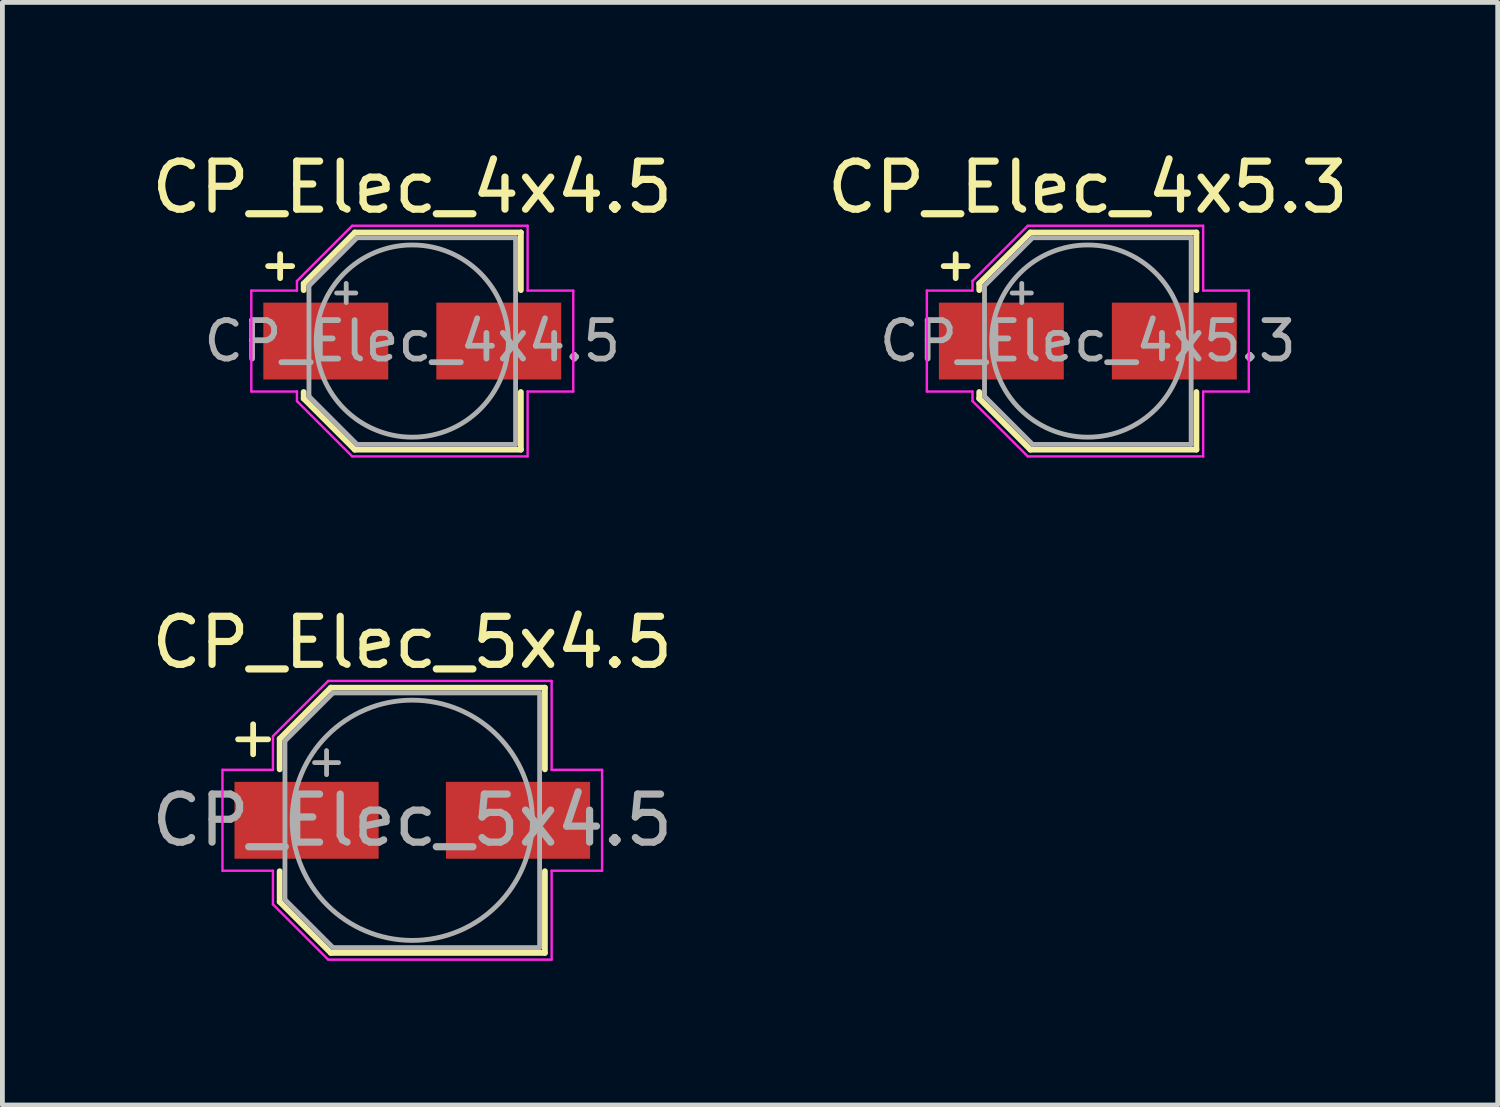
<source format=kicad_pcb>
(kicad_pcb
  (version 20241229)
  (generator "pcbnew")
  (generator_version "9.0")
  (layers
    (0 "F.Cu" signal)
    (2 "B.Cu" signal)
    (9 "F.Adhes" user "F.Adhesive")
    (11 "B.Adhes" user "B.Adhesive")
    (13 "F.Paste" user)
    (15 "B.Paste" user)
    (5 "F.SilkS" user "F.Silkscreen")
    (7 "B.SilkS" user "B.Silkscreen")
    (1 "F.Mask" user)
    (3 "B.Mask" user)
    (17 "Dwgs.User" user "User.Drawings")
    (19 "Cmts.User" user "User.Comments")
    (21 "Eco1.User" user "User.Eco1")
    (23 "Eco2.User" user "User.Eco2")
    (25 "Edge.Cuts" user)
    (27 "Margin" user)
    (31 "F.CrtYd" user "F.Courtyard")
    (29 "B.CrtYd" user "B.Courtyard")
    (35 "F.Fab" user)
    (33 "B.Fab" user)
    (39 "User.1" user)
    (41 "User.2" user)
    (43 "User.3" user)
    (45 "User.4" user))
  (footprint "CP_Elec_4x5.3"
    (layer "F.Cu")
    (at 19.589 4.048)
    (property "Reference" "CP_Elec_4x5.3" (at 0 -3.2 0) (layer "F.SilkS") (effects (font (size 1 1) (thickness 0.15))))
    (attr smd)
    (fp_line (start -3 -1.56) (end -2.5 -1.56) (stroke (width 0.12) (type solid)) (layer "F.SilkS"))
    (fp_line (start -2.75 -1.81) (end -2.75 -1.31) (stroke (width 0.12) (type solid)) (layer "F.SilkS"))
    (fp_line (start -2.26 -1.196) (end -2.26 -1.06) (stroke (width 0.12) (type solid)) (layer "F.SilkS"))
    (fp_line (start -2.26 -1.196) (end -1.196 -2.26) (stroke (width 0.12) (type solid)) (layer "F.SilkS"))
    (fp_line (start -2.26 1.196) (end -2.26 1.06) (stroke (width 0.12) (type solid)) (layer "F.SilkS"))
    (fp_line (start -2.26 1.196) (end -1.196 2.26) (stroke (width 0.12) (type solid)) (layer "F.SilkS"))
    (fp_line (start -1.196 -2.26) (end 2.26 -2.26) (stroke (width 0.12) (type solid)) (layer "F.SilkS"))
    (fp_line (start -1.196 2.26) (end 2.26 2.26) (stroke (width 0.12) (type solid)) (layer "F.SilkS"))
    (fp_line (start 2.26 -2.26) (end 2.26 -1.06) (stroke (width 0.12) (type solid)) (layer "F.SilkS"))
    (fp_line (start 2.26 2.26) (end 2.26 1.06) (stroke (width 0.12) (type solid)) (layer "F.SilkS"))
    (fp_line (start -3.35 -1.05) (end -3.35 1.05) (stroke (width 0.05) (type solid)) (layer "F.CrtYd"))
    (fp_line (start -3.35 1.05) (end -2.4 1.05) (stroke (width 0.05) (type solid)) (layer "F.CrtYd"))
    (fp_line (start -2.4 -1.25) (end -2.4 -1.05) (stroke (width 0.05) (type solid)) (layer "F.CrtYd"))
    (fp_line (start -2.4 -1.25) (end -1.25 -2.4) (stroke (width 0.05) (type solid)) (layer "F.CrtYd"))
    (fp_line (start -2.4 -1.05) (end -3.35 -1.05) (stroke (width 0.05) (type solid)) (layer "F.CrtYd"))
    (fp_line (start -2.4 1.05) (end -2.4 1.25) (stroke (width 0.05) (type solid)) (layer "F.CrtYd"))
    (fp_line (start -2.4 1.25) (end -1.25 2.4) (stroke (width 0.05) (type solid)) (layer "F.CrtYd"))
    (fp_line (start -1.25 -2.4) (end 2.4 -2.4) (stroke (width 0.05) (type solid)) (layer "F.CrtYd"))
    (fp_line (start -1.25 2.4) (end 2.4 2.4) (stroke (width 0.05) (type solid)) (layer "F.CrtYd"))
    (fp_line (start 2.4 -2.4) (end 2.4 -1.05) (stroke (width 0.05) (type solid)) (layer "F.CrtYd"))
    (fp_line (start 2.4 -1.05) (end 3.35 -1.05) (stroke (width 0.05) (type solid)) (layer "F.CrtYd"))
    (fp_line (start 2.4 1.05) (end 2.4 2.4) (stroke (width 0.05) (type solid)) (layer "F.CrtYd"))
    (fp_line (start 3.35 -1.05) (end 3.35 1.05) (stroke (width 0.05) (type solid)) (layer "F.CrtYd"))
    (fp_line (start 3.35 1.05) (end 2.4 1.05) (stroke (width 0.05) (type solid)) (layer "F.CrtYd"))
    (fp_line (start -2.15 -1.15) (end -2.15 1.15) (stroke (width 0.1) (type solid)) (layer "F.Fab"))
    (fp_line (start -2.15 -1.15) (end -1.15 -2.15) (stroke (width 0.1) (type solid)) (layer "F.Fab"))
    (fp_line (start -2.15 1.15) (end -1.15 2.15) (stroke (width 0.1) (type solid)) (layer "F.Fab"))
    (fp_line (start -1.575 -1) (end -1.175 -1) (stroke (width 0.1) (type solid)) (layer "F.Fab"))
    (fp_line (start -1.375 -1.2) (end -1.375 -0.8) (stroke (width 0.1) (type solid)) (layer "F.Fab"))
    (fp_line (start -1.15 -2.15) (end 2.15 -2.15) (stroke (width 0.1) (type solid)) (layer "F.Fab"))
    (fp_line (start -1.15 2.15) (end 2.15 2.15) (stroke (width 0.1) (type solid)) (layer "F.Fab"))
    (fp_line (start 2.15 -2.15) (end 2.15 2.15) (stroke (width 0.1) (type solid)) (layer "F.Fab"))
    (fp_circle (center 0 0) (end 2 0) (stroke (width 0.1) (type solid)) (fill no) (layer "F.Fab"))
    (fp_text user "${REFERENCE}" (at 0 0 0) (layer "F.Fab") (effects (font (size 0.8 0.8) (thickness 0.12))))
    (pad "1" smd rect (at -1.8 0) (size 2.6 1.6) (layers "F.Cu" "F.Mask" "F.Paste"))
    (pad "2" smd rect (at 1.8 0) (size 2.6 1.6) (layers "F.Cu" "F.Mask" "F.Paste")))
  (footprint "CP_Elec_5x4.5"
    (layer "F.Cu")
    (at 5.53 14.021)
    (property "Reference" "CP_Elec_5x4.5" (at 0 -3.7 0) (layer "F.SilkS") (effects (font (size 1 1) (thickness 0.15))))
    (attr smd)
    (fp_line (start -3.625 -1.685) (end -3 -1.685) (stroke (width 0.12) (type solid)) (layer "F.SilkS"))
    (fp_line (start -3.312 -1.998) (end -3.312 -1.373) (stroke (width 0.12) (type solid)) (layer "F.SilkS"))
    (fp_line (start -2.76 -1.696) (end -2.76 -1.06) (stroke (width 0.12) (type solid)) (layer "F.SilkS"))
    (fp_line (start -2.76 -1.696) (end -1.696 -2.76) (stroke (width 0.12) (type solid)) (layer "F.SilkS"))
    (fp_line (start -2.76 1.696) (end -2.76 1.06) (stroke (width 0.12) (type solid)) (layer "F.SilkS"))
    (fp_line (start -2.76 1.696) (end -1.696 2.76) (stroke (width 0.12) (type solid)) (layer "F.SilkS"))
    (fp_line (start -1.696 -2.76) (end 2.76 -2.76) (stroke (width 0.12) (type solid)) (layer "F.SilkS"))
    (fp_line (start -1.696 2.76) (end 2.76 2.76) (stroke (width 0.12) (type solid)) (layer "F.SilkS"))
    (fp_line (start 2.76 -2.76) (end 2.76 -1.06) (stroke (width 0.12) (type solid)) (layer "F.SilkS"))
    (fp_line (start 2.76 2.76) (end 2.76 1.06) (stroke (width 0.12) (type solid)) (layer "F.SilkS"))
    (fp_line (start -3.95 -1.05) (end -3.95 1.05) (stroke (width 0.05) (type solid)) (layer "F.CrtYd"))
    (fp_line (start -3.95 1.05) (end -2.9 1.05) (stroke (width 0.05) (type solid)) (layer "F.CrtYd"))
    (fp_line (start -2.9 -1.75) (end -2.9 -1.05) (stroke (width 0.05) (type solid)) (layer "F.CrtYd"))
    (fp_line (start -2.9 -1.75) (end -1.75 -2.9) (stroke (width 0.05) (type solid)) (layer "F.CrtYd"))
    (fp_line (start -2.9 -1.05) (end -3.95 -1.05) (stroke (width 0.05) (type solid)) (layer "F.CrtYd"))
    (fp_line (start -2.9 1.05) (end -2.9 1.75) (stroke (width 0.05) (type solid)) (layer "F.CrtYd"))
    (fp_line (start -2.9 1.75) (end -1.75 2.9) (stroke (width 0.05) (type solid)) (layer "F.CrtYd"))
    (fp_line (start -1.75 -2.9) (end 2.9 -2.9) (stroke (width 0.05) (type solid)) (layer "F.CrtYd"))
    (fp_line (start -1.75 2.9) (end 2.9 2.9) (stroke (width 0.05) (type solid)) (layer "F.CrtYd"))
    (fp_line (start 2.9 -2.9) (end 2.9 -1.05) (stroke (width 0.05) (type solid)) (layer "F.CrtYd"))
    (fp_line (start 2.9 -1.05) (end 3.95 -1.05) (stroke (width 0.05) (type solid)) (layer "F.CrtYd"))
    (fp_line (start 2.9 1.05) (end 2.9 2.9) (stroke (width 0.05) (type solid)) (layer "F.CrtYd"))
    (fp_line (start 3.95 -1.05) (end 3.95 1.05) (stroke (width 0.05) (type solid)) (layer "F.CrtYd"))
    (fp_line (start 3.95 1.05) (end 2.9 1.05) (stroke (width 0.05) (type solid)) (layer "F.CrtYd"))
    (fp_line (start -2.65 -1.65) (end -2.65 1.65) (stroke (width 0.1) (type solid)) (layer "F.Fab"))
    (fp_line (start -2.65 -1.65) (end -1.65 -2.65) (stroke (width 0.1) (type solid)) (layer "F.Fab"))
    (fp_line (start -2.65 1.65) (end -1.65 2.65) (stroke (width 0.1) (type solid)) (layer "F.Fab"))
    (fp_line (start -2.034 -1.2) (end -1.534 -1.2) (stroke (width 0.1) (type solid)) (layer "F.Fab"))
    (fp_line (start -1.784 -1.45) (end -1.784 -0.95) (stroke (width 0.1) (type solid)) (layer "F.Fab"))
    (fp_line (start -1.65 -2.65) (end 2.65 -2.65) (stroke (width 0.1) (type solid)) (layer "F.Fab"))
    (fp_line (start -1.65 2.65) (end 2.65 2.65) (stroke (width 0.1) (type solid)) (layer "F.Fab"))
    (fp_line (start 2.65 -2.65) (end 2.65 2.65) (stroke (width 0.1) (type solid)) (layer "F.Fab"))
    (fp_circle (center 0 0) (end 2.5 0) (stroke (width 0.1) (type solid)) (fill no) (layer "F.Fab"))
    (fp_text user "${REFERENCE}" (at 0 0 0) (layer "F.Fab") (effects (font (size 1 1) (thickness 0.15))))
    (pad "1" smd rect (at -2.2 0) (size 3 1.6) (layers "F.Cu" "F.Mask" "F.Paste"))
    (pad "2" smd rect (at 2.2 0) (size 3 1.6) (layers "F.Cu" "F.Mask" "F.Paste")))
  (footprint "CP_Elec_4x4.5"
    (layer "F.Cu")
    (at 5.53 4.048)
    (property "Reference" "CP_Elec_4x4.5" (at 0 -3.2 0) (layer "F.SilkS") (effects (font (size 1 1) (thickness 0.15))))
    (attr smd)
    (fp_line (start -3 -1.56) (end -2.5 -1.56) (stroke (width 0.12) (type solid)) (layer "F.SilkS"))
    (fp_line (start -2.75 -1.81) (end -2.75 -1.31) (stroke (width 0.12) (type solid)) (layer "F.SilkS"))
    (fp_line (start -2.26 -1.196) (end -2.26 -1.06) (stroke (width 0.12) (type solid)) (layer "F.SilkS"))
    (fp_line (start -2.26 -1.196) (end -1.196 -2.26) (stroke (width 0.12) (type solid)) (layer "F.SilkS"))
    (fp_line (start -2.26 1.196) (end -2.26 1.06) (stroke (width 0.12) (type solid)) (layer "F.SilkS"))
    (fp_line (start -2.26 1.196) (end -1.196 2.26) (stroke (width 0.12) (type solid)) (layer "F.SilkS"))
    (fp_line (start -1.196 -2.26) (end 2.26 -2.26) (stroke (width 0.12) (type solid)) (layer "F.SilkS"))
    (fp_line (start -1.196 2.26) (end 2.26 2.26) (stroke (width 0.12) (type solid)) (layer "F.SilkS"))
    (fp_line (start 2.26 -2.26) (end 2.26 -1.06) (stroke (width 0.12) (type solid)) (layer "F.SilkS"))
    (fp_line (start 2.26 2.26) (end 2.26 1.06) (stroke (width 0.12) (type solid)) (layer "F.SilkS"))
    (fp_line (start -3.35 -1.05) (end -3.35 1.05) (stroke (width 0.05) (type solid)) (layer "F.CrtYd"))
    (fp_line (start -3.35 1.05) (end -2.4 1.05) (stroke (width 0.05) (type solid)) (layer "F.CrtYd"))
    (fp_line (start -2.4 -1.25) (end -2.4 -1.05) (stroke (width 0.05) (type solid)) (layer "F.CrtYd"))
    (fp_line (start -2.4 -1.25) (end -1.25 -2.4) (stroke (width 0.05) (type solid)) (layer "F.CrtYd"))
    (fp_line (start -2.4 -1.05) (end -3.35 -1.05) (stroke (width 0.05) (type solid)) (layer "F.CrtYd"))
    (fp_line (start -2.4 1.05) (end -2.4 1.25) (stroke (width 0.05) (type solid)) (layer "F.CrtYd"))
    (fp_line (start -2.4 1.25) (end -1.25 2.4) (stroke (width 0.05) (type solid)) (layer "F.CrtYd"))
    (fp_line (start -1.25 -2.4) (end 2.4 -2.4) (stroke (width 0.05) (type solid)) (layer "F.CrtYd"))
    (fp_line (start -1.25 2.4) (end 2.4 2.4) (stroke (width 0.05) (type solid)) (layer "F.CrtYd"))
    (fp_line (start 2.4 -2.4) (end 2.4 -1.05) (stroke (width 0.05) (type solid)) (layer "F.CrtYd"))
    (fp_line (start 2.4 -1.05) (end 3.35 -1.05) (stroke (width 0.05) (type solid)) (layer "F.CrtYd"))
    (fp_line (start 2.4 1.05) (end 2.4 2.4) (stroke (width 0.05) (type solid)) (layer "F.CrtYd"))
    (fp_line (start 3.35 -1.05) (end 3.35 1.05) (stroke (width 0.05) (type solid)) (layer "F.CrtYd"))
    (fp_line (start 3.35 1.05) (end 2.4 1.05) (stroke (width 0.05) (type solid)) (layer "F.CrtYd"))
    (fp_line (start -2.15 -1.15) (end -2.15 1.15) (stroke (width 0.1) (type solid)) (layer "F.Fab"))
    (fp_line (start -2.15 -1.15) (end -1.15 -2.15) (stroke (width 0.1) (type solid)) (layer "F.Fab"))
    (fp_line (start -2.15 1.15) (end -1.15 2.15) (stroke (width 0.1) (type solid)) (layer "F.Fab"))
    (fp_line (start -1.575 -1) (end -1.175 -1) (stroke (width 0.1) (type solid)) (layer "F.Fab"))
    (fp_line (start -1.375 -1.2) (end -1.375 -0.8) (stroke (width 0.1) (type solid)) (layer "F.Fab"))
    (fp_line (start -1.15 -2.15) (end 2.15 -2.15) (stroke (width 0.1) (type solid)) (layer "F.Fab"))
    (fp_line (start -1.15 2.15) (end 2.15 2.15) (stroke (width 0.1) (type solid)) (layer "F.Fab"))
    (fp_line (start 2.15 -2.15) (end 2.15 2.15) (stroke (width 0.1) (type solid)) (layer "F.Fab"))
    (fp_circle (center 0 0) (end 2 0) (stroke (width 0.1) (type solid)) (fill no) (layer "F.Fab"))
    (fp_text user "${REFERENCE}" (at 0 0 0) (layer "F.Fab") (effects (font (size 0.8 0.8) (thickness 0.12))))
    (pad "1" smd rect (at -1.8 0) (size 2.6 1.6) (layers "F.Cu" "F.Mask" "F.Paste"))
    (pad "2" smd rect (at 1.8 0) (size 2.6 1.6) (layers "F.Cu" "F.Mask" "F.Paste")))
  (gr_rect
    (start -3 -3)
    (end 28.119 19.947)
    (stroke (width 0.1) (type default))
    (fill no)
    (layer "Edge.Cuts")))
</source>
